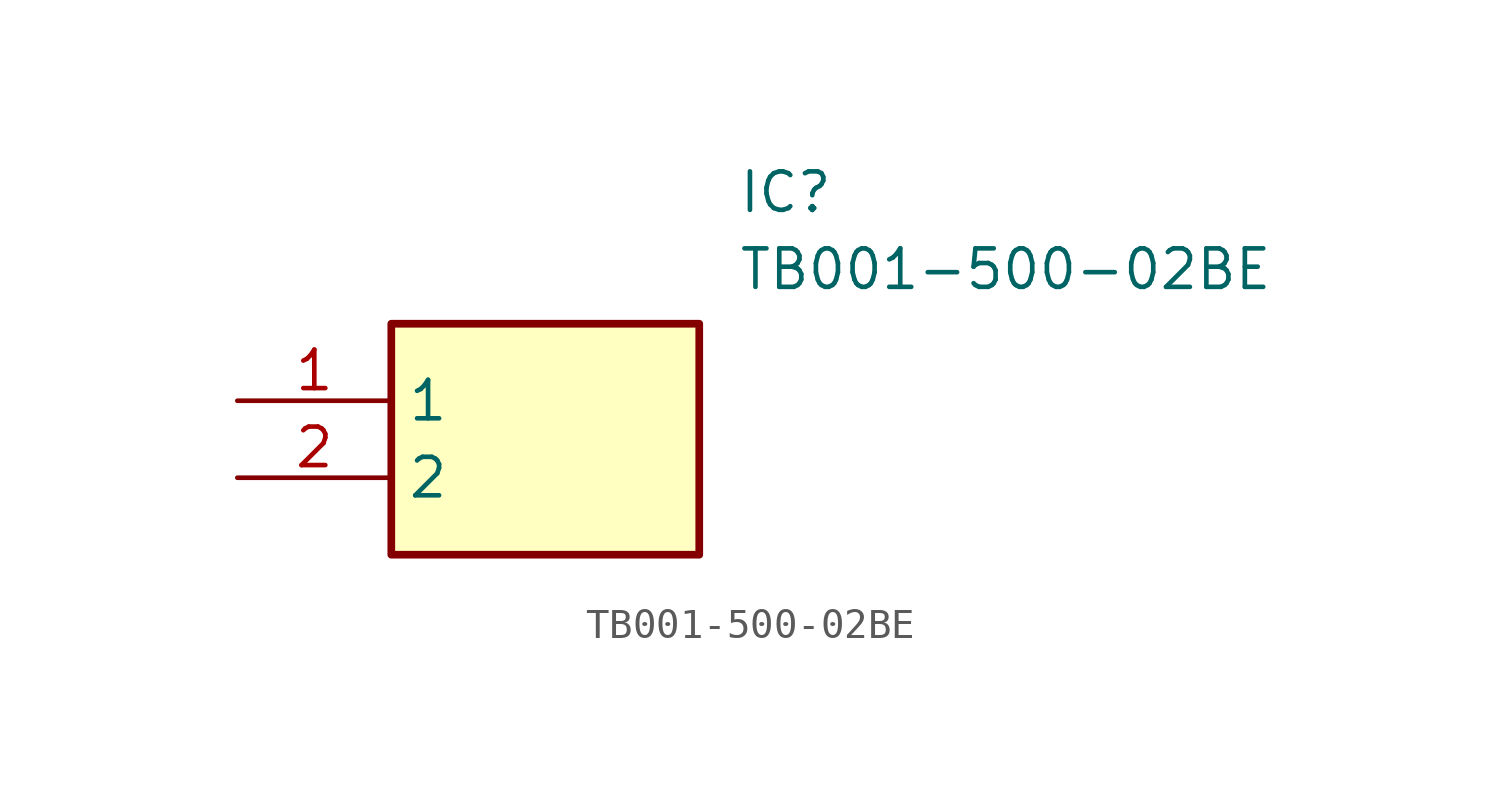
<source format=kicad_sym>
(kicad_symbol_lib
  (version 20211014)
  (generator SamacSys_ECAD_Model)
  (symbol "TB001-500-02BE"
    (property "Reference" "IC"
      (at 16.51 7.62 0)
      (effects (font (size 1.27 1.27)) (justify left top)))
    (property "Value" "TB001-500-02BE"
      (at 16.51 5.08 0)
      (effects (font (size 1.27 1.27)) (justify left top)))
    (rectangle
      (start 5.08 2.54)
      (end 15.24 -5.08)
      (stroke (width 0.254) (type default))
      (fill (type background)))
    (pin passive line
      (at 0 0 0)
      (length 5.08)
      (name "1" (effects (font (size 1.27 1.27))))
      (number "1" (effects (font (size 1.27 1.27)))))
    (pin passive line
      (at 0 -2.54 0)
      (length 5.08)
      (name "2" (effects (font (size 1.27 1.27))))
      (number "2" (effects (font (size 1.27 1.27)))))))
</source>
